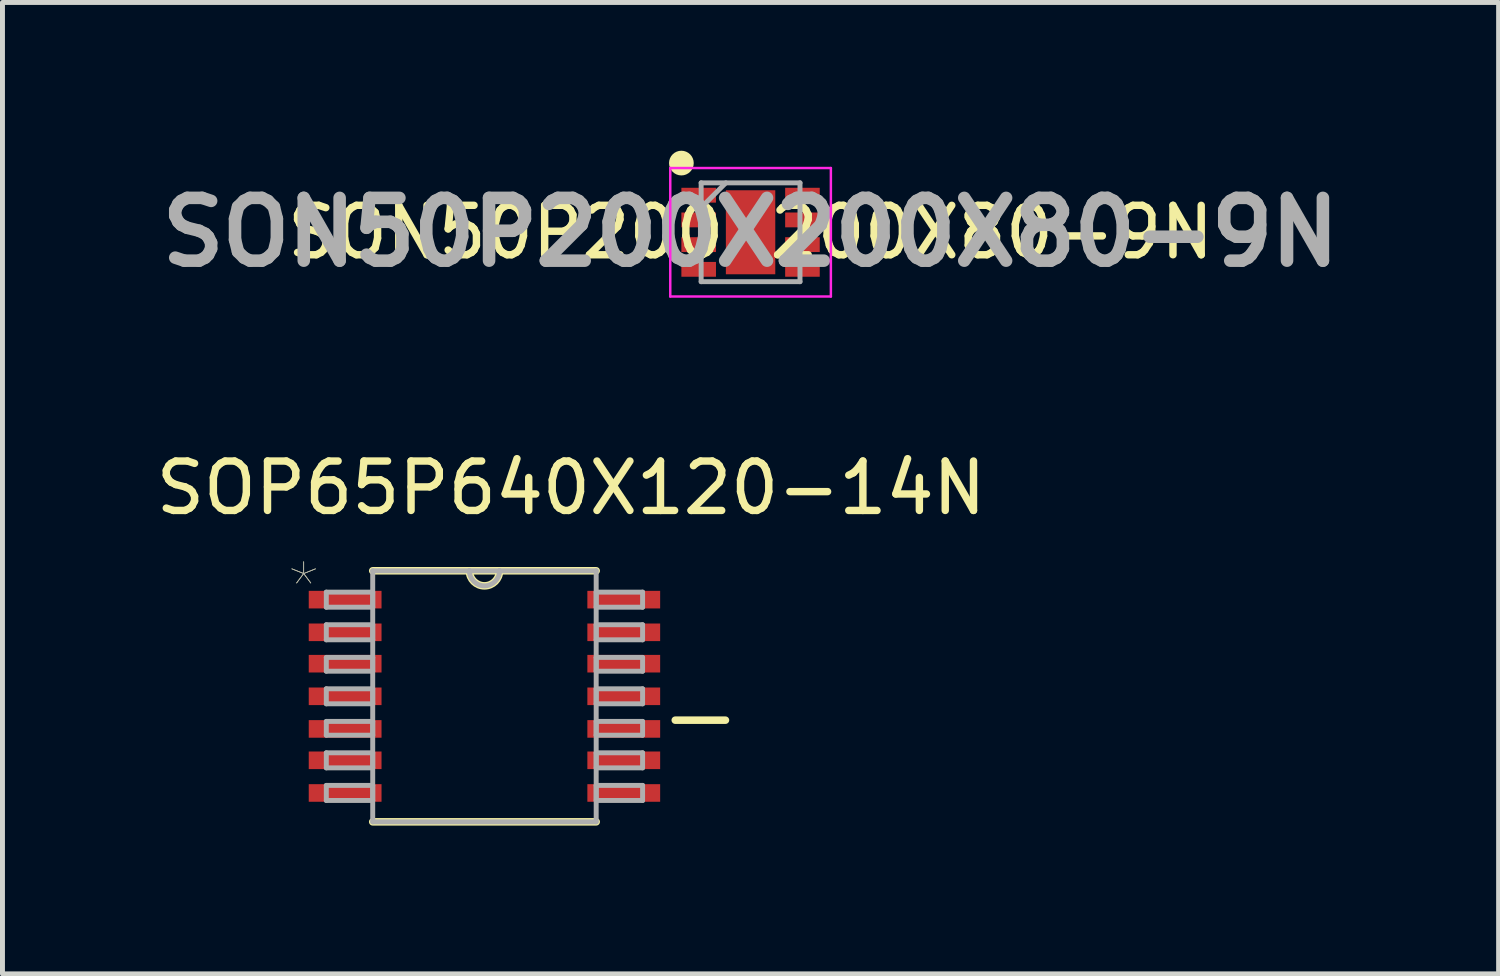
<source format=kicad_pcb>
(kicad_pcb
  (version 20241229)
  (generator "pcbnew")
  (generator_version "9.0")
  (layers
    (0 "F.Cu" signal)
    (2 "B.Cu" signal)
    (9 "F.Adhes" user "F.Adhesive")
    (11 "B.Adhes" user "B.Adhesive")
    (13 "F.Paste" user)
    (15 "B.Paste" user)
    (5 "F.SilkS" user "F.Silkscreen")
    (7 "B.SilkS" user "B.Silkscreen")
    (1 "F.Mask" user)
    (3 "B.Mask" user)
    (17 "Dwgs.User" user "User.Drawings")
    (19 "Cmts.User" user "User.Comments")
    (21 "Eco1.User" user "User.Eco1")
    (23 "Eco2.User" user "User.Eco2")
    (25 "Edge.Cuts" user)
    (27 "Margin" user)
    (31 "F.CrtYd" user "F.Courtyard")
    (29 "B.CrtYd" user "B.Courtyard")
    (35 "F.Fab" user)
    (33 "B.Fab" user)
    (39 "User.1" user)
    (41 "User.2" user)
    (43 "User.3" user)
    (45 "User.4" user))
  (footprint "SOP65P640X120-14N"
    (layer "F.Cu")
    (at 6.753 11.04)
    (property "Reference" "SOP65P640X120-14N" (at 1.753 -4.216 0) (layer "F.SilkS") (effects (font (size 1 1) (thickness 0.15))))
    (attr through_hole)
    (fp_line (start -2.261 2.54) (end 2.261 2.54) (stroke (width 0.152) (type solid)) (layer "F.SilkS"))
    (fp_line (start -0.305 -2.54) (end -2.261 -2.54) (stroke (width 0.152) (type solid)) (layer "F.SilkS"))
    (fp_line (start 0.305 -2.54) (end -0.305 -2.54) (stroke (width 0.152) (type solid)) (layer "F.SilkS"))
    (fp_line (start 2.261 -2.54) (end 0.305 -2.54) (stroke (width 0.152) (type solid)) (layer "F.SilkS"))
    (fp_line (start 3.861 0.483) (end 4.877 0.483) (stroke (width 0.152) (type solid)) (layer "F.SilkS"))
    (fp_arc (start 0.3048 -2.54) (mid 0 -2.2352) (end -0.3048 -2.54) (stroke (width 0.1524) (type solid)) (layer "F.SilkS"))
    (fp_line (start -3.2 -2.108) (end -3.2 -1.803) (stroke (width 0.1) (type solid)) (layer "F.Fab"))
    (fp_line (start -3.2 -1.803) (end -2.261 -1.803) (stroke (width 0.1) (type solid)) (layer "F.Fab"))
    (fp_line (start -3.2 -1.448) (end -3.2 -1.143) (stroke (width 0.1) (type solid)) (layer "F.Fab"))
    (fp_line (start -3.2 -1.143) (end -2.261 -1.143) (stroke (width 0.1) (type solid)) (layer "F.Fab"))
    (fp_line (start -3.2 -0.787) (end -3.2 -0.508) (stroke (width 0.1) (type solid)) (layer "F.Fab"))
    (fp_line (start -3.2 -0.508) (end -2.261 -0.508) (stroke (width 0.1) (type solid)) (layer "F.Fab"))
    (fp_line (start -3.2 -0.152) (end -3.2 0.152) (stroke (width 0.1) (type solid)) (layer "F.Fab"))
    (fp_line (start -3.2 0.152) (end -2.261 0.152) (stroke (width 0.1) (type solid)) (layer "F.Fab"))
    (fp_line (start -3.2 0.508) (end -3.2 0.787) (stroke (width 0.1) (type solid)) (layer "F.Fab"))
    (fp_line (start -3.2 0.787) (end -2.261 0.787) (stroke (width 0.1) (type solid)) (layer "F.Fab"))
    (fp_line (start -3.2 1.143) (end -3.2 1.448) (stroke (width 0.1) (type solid)) (layer "F.Fab"))
    (fp_line (start -3.2 1.448) (end -2.261 1.448) (stroke (width 0.1) (type solid)) (layer "F.Fab"))
    (fp_line (start -3.2 1.803) (end -3.2 2.108) (stroke (width 0.1) (type solid)) (layer "F.Fab"))
    (fp_line (start -3.2 2.108) (end -2.261 2.108) (stroke (width 0.1) (type solid)) (layer "F.Fab"))
    (fp_line (start -2.261 -2.54) (end -2.261 2.54) (stroke (width 0.1) (type solid)) (layer "F.Fab"))
    (fp_line (start -2.261 -2.108) (end -3.2 -2.108) (stroke (width 0.1) (type solid)) (layer "F.Fab"))
    (fp_line (start -2.261 -1.803) (end -2.261 -2.108) (stroke (width 0.1) (type solid)) (layer "F.Fab"))
    (fp_line (start -2.261 -1.448) (end -3.2 -1.448) (stroke (width 0.1) (type solid)) (layer "F.Fab"))
    (fp_line (start -2.261 -1.143) (end -2.261 -1.448) (stroke (width 0.1) (type solid)) (layer "F.Fab"))
    (fp_line (start -2.261 -0.787) (end -3.2 -0.787) (stroke (width 0.1) (type solid)) (layer "F.Fab"))
    (fp_line (start -2.261 -0.508) (end -2.261 -0.787) (stroke (width 0.1) (type solid)) (layer "F.Fab"))
    (fp_line (start -2.261 -0.152) (end -3.2 -0.152) (stroke (width 0.1) (type solid)) (layer "F.Fab"))
    (fp_line (start -2.261 0.152) (end -2.261 -0.152) (stroke (width 0.1) (type solid)) (layer "F.Fab"))
    (fp_line (start -2.261 0.508) (end -3.2 0.508) (stroke (width 0.1) (type solid)) (layer "F.Fab"))
    (fp_line (start -2.261 0.787) (end -2.261 0.508) (stroke (width 0.1) (type solid)) (layer "F.Fab"))
    (fp_line (start -2.261 1.143) (end -3.2 1.143) (stroke (width 0.1) (type solid)) (layer "F.Fab"))
    (fp_line (start -2.261 1.448) (end -2.261 1.143) (stroke (width 0.1) (type solid)) (layer "F.Fab"))
    (fp_line (start -2.261 1.803) (end -3.2 1.803) (stroke (width 0.1) (type solid)) (layer "F.Fab"))
    (fp_line (start -2.261 2.108) (end -2.261 1.803) (stroke (width 0.1) (type solid)) (layer "F.Fab"))
    (fp_line (start -2.261 2.54) (end 2.261 2.54) (stroke (width 0.1) (type solid)) (layer "F.Fab"))
    (fp_line (start -0.305 -2.54) (end -2.261 -2.54) (stroke (width 0.1) (type solid)) (layer "F.Fab"))
    (fp_line (start 0.305 -2.54) (end -0.305 -2.54) (stroke (width 0.1) (type solid)) (layer "F.Fab"))
    (fp_line (start 2.261 -2.54) (end 0.305 -2.54) (stroke (width 0.1) (type solid)) (layer "F.Fab"))
    (fp_line (start 2.261 -2.108) (end 2.261 -1.803) (stroke (width 0.1) (type solid)) (layer "F.Fab"))
    (fp_line (start 2.261 -1.803) (end 3.2 -1.803) (stroke (width 0.1) (type solid)) (layer "F.Fab"))
    (fp_line (start 2.261 -1.448) (end 2.261 -1.143) (stroke (width 0.1) (type solid)) (layer "F.Fab"))
    (fp_line (start 2.261 -1.143) (end 3.2 -1.143) (stroke (width 0.1) (type solid)) (layer "F.Fab"))
    (fp_line (start 2.261 -0.787) (end 2.261 -0.508) (stroke (width 0.1) (type solid)) (layer "F.Fab"))
    (fp_line (start 2.261 -0.508) (end 3.2 -0.508) (stroke (width 0.1) (type solid)) (layer "F.Fab"))
    (fp_line (start 2.261 -0.152) (end 2.261 0.152) (stroke (width 0.1) (type solid)) (layer "F.Fab"))
    (fp_line (start 2.261 0.152) (end 3.2 0.152) (stroke (width 0.1) (type solid)) (layer "F.Fab"))
    (fp_line (start 2.261 0.508) (end 2.261 0.787) (stroke (width 0.1) (type solid)) (layer "F.Fab"))
    (fp_line (start 2.261 0.787) (end 3.2 0.787) (stroke (width 0.1) (type solid)) (layer "F.Fab"))
    (fp_line (start 2.261 1.143) (end 2.261 1.448) (stroke (width 0.1) (type solid)) (layer "F.Fab"))
    (fp_line (start 2.261 1.448) (end 3.2 1.448) (stroke (width 0.1) (type solid)) (layer "F.Fab"))
    (fp_line (start 2.261 1.803) (end 2.261 2.108) (stroke (width 0.1) (type solid)) (layer "F.Fab"))
    (fp_line (start 2.261 2.108) (end 3.2 2.108) (stroke (width 0.1) (type solid)) (layer "F.Fab"))
    (fp_line (start 2.261 2.54) (end 2.261 -2.54) (stroke (width 0.1) (type solid)) (layer "F.Fab"))
    (fp_line (start 3.2 -2.108) (end 2.261 -2.108) (stroke (width 0.1) (type solid)) (layer "F.Fab"))
    (fp_line (start 3.2 -1.803) (end 3.2 -2.108) (stroke (width 0.1) (type solid)) (layer "F.Fab"))
    (fp_line (start 3.2 -1.448) (end 2.261 -1.448) (stroke (width 0.1) (type solid)) (layer "F.Fab"))
    (fp_line (start 3.2 -1.143) (end 3.2 -1.448) (stroke (width 0.1) (type solid)) (layer "F.Fab"))
    (fp_line (start 3.2 -0.787) (end 2.261 -0.787) (stroke (width 0.1) (type solid)) (layer "F.Fab"))
    (fp_line (start 3.2 -0.508) (end 3.2 -0.787) (stroke (width 0.1) (type solid)) (layer "F.Fab"))
    (fp_line (start 3.2 -0.152) (end 2.261 -0.152) (stroke (width 0.1) (type solid)) (layer "F.Fab"))
    (fp_line (start 3.2 0.152) (end 3.2 -0.152) (stroke (width 0.1) (type solid)) (layer "F.Fab"))
    (fp_line (start 3.2 0.508) (end 2.261 0.508) (stroke (width 0.1) (type solid)) (layer "F.Fab"))
    (fp_line (start 3.2 0.787) (end 3.2 0.508) (stroke (width 0.1) (type solid)) (layer "F.Fab"))
    (fp_line (start 3.2 1.143) (end 2.261 1.143) (stroke (width 0.1) (type solid)) (layer "F.Fab"))
    (fp_line (start 3.2 1.448) (end 3.2 1.143) (stroke (width 0.1) (type solid)) (layer "F.Fab"))
    (fp_line (start 3.2 1.803) (end 2.261 1.803) (stroke (width 0.1) (type solid)) (layer "F.Fab"))
    (fp_line (start 3.2 2.108) (end 3.2 1.803) (stroke (width 0.1) (type solid)) (layer "F.Fab"))
    (fp_arc (start 0.3048 -2.54) (mid 0 -2.2352) (end -0.3048 -2.54) (stroke (width 0.1) (type solid)) (layer "F.Fab"))
    (fp_text user "*" (at -3.658 -2.184 0) (layer "F.SilkS") (effects (font (size 1 1) (thickness 0.015))))
    (fp_text user "*" (at -3.658 -2.184 0) (layer "F.Fab") (effects (font (size 1 1) (thickness 0.015))))
    (pad "1" smd rect (at -2.819 -1.956) (size 1.473 0.356) (layers "F.Cu" "F.Mask" "F.Paste"))
    (pad "2" smd rect (at -2.819 -1.295) (size 1.473 0.356) (layers "F.Cu" "F.Mask" "F.Paste"))
    (pad "3" smd rect (at -2.819 -0.66) (size 1.473 0.356) (layers "F.Cu" "F.Mask" "F.Paste"))
    (pad "4" smd rect (at -2.819 0) (size 1.473 0.356) (layers "F.Cu" "F.Mask" "F.Paste"))
    (pad "5" smd rect (at -2.819 0.66) (size 1.473 0.356) (layers "F.Cu" "F.Mask" "F.Paste"))
    (pad "6" smd rect (at -2.819 1.295) (size 1.473 0.356) (layers "F.Cu" "F.Mask" "F.Paste"))
    (pad "7" smd rect (at -2.819 1.956) (size 1.473 0.356) (layers "F.Cu" "F.Mask" "F.Paste"))
    (pad "8" smd rect (at 2.819 1.956) (size 1.473 0.356) (layers "F.Cu" "F.Mask" "F.Paste"))
    (pad "9" smd rect (at 2.819 1.295) (size 1.473 0.356) (layers "F.Cu" "F.Mask" "F.Paste"))
    (pad "10" smd rect (at 2.819 0.66) (size 1.473 0.356) (layers "F.Cu" "F.Mask" "F.Paste"))
    (pad "11" smd rect (at 2.819 0) (size 1.473 0.356) (layers "F.Cu" "F.Mask" "F.Paste"))
    (pad "12" smd rect (at 2.819 -0.66) (size 1.473 0.356) (layers "F.Cu" "F.Mask" "F.Paste"))
    (pad "13" smd rect (at 2.819 -1.295) (size 1.473 0.356) (layers "F.Cu" "F.Mask" "F.Paste"))
    (pad "14" smd rect (at 2.819 -1.956) (size 1.473 0.356) (layers "F.Cu" "F.Mask" "F.Paste")))
  (footprint "SON50P200X200X80-9N"
    (layer "F.Cu")
    (at 12.138 1.65)
    (property "Reference" "SON50P200X200X80-9N" (at 0 0 0) (layer "F.SilkS") (effects (font (size 1 1) (thickness 0.15))))
    (attr smd)
    (fp_circle (center -1.4 -1.4) (end -1.4 -1.275) (stroke (width 0.25) (type solid)) (fill no) (layer "F.SilkS"))
    (fp_line (start -1.625 -1.3) (end 1.625 -1.3) (stroke (width 0.05) (type solid)) (layer "F.CrtYd"))
    (fp_line (start -1.625 1.3) (end -1.625 -1.3) (stroke (width 0.05) (type solid)) (layer "F.CrtYd"))
    (fp_line (start 1.625 -1.3) (end 1.625 1.3) (stroke (width 0.05) (type solid)) (layer "F.CrtYd"))
    (fp_line (start 1.625 1.3) (end -1.625 1.3) (stroke (width 0.05) (type solid)) (layer "F.CrtYd"))
    (fp_line (start -1 -1) (end 1 -1) (stroke (width 0.1) (type solid)) (layer "F.Fab"))
    (fp_line (start -1 -0.5) (end -0.5 -1) (stroke (width 0.1) (type solid)) (layer "F.Fab"))
    (fp_line (start -1 1) (end -1 -1) (stroke (width 0.1) (type solid)) (layer "F.Fab"))
    (fp_line (start 1 -1) (end 1 1) (stroke (width 0.1) (type solid)) (layer "F.Fab"))
    (fp_line (start 1 1) (end -1 1) (stroke (width 0.1) (type solid)) (layer "F.Fab"))
    (fp_text user "${REFERENCE}" (at 0 0 0) (layer "F.Fab") (effects (font (size 1.27 1.27) (thickness 0.254))))
    (pad "1" smd rect (at -1.05 -0.75 90) (size 0.3 0.7) (layers "F.Cu" "F.Mask" "F.Paste"))
    (pad "2" smd rect (at -1.05 -0.25 90) (size 0.3 0.7) (layers "F.Cu" "F.Mask" "F.Paste"))
    (pad "3" smd rect (at -1.05 0.25 90) (size 0.3 0.7) (layers "F.Cu" "F.Mask" "F.Paste"))
    (pad "4" smd rect (at -1.05 0.75 90) (size 0.3 0.7) (layers "F.Cu" "F.Mask" "F.Paste"))
    (pad "5" smd rect (at 1.05 0.75 90) (size 0.3 0.7) (layers "F.Cu" "F.Mask" "F.Paste"))
    (pad "6" smd rect (at 1.05 0.25 90) (size 0.3 0.7) (layers "F.Cu" "F.Mask" "F.Paste"))
    (pad "7" smd rect (at 1.05 -0.25 90) (size 0.3 0.7) (layers "F.Cu" "F.Mask" "F.Paste"))
    (pad "8" smd rect (at 1.05 -0.75 90) (size 0.3 0.7) (layers "F.Cu" "F.Mask" "F.Paste"))
    (pad "9" smd rect (at 0 0) (size 1 1.7) (layers "F.Cu" "F.Mask" "F.Paste")))
  (gr_rect
    (start -3 -3)
    (end 27.275 16.656)
    (stroke (width 0.1) (type default))
    (fill no)
    (layer "Edge.Cuts")))
</source>
